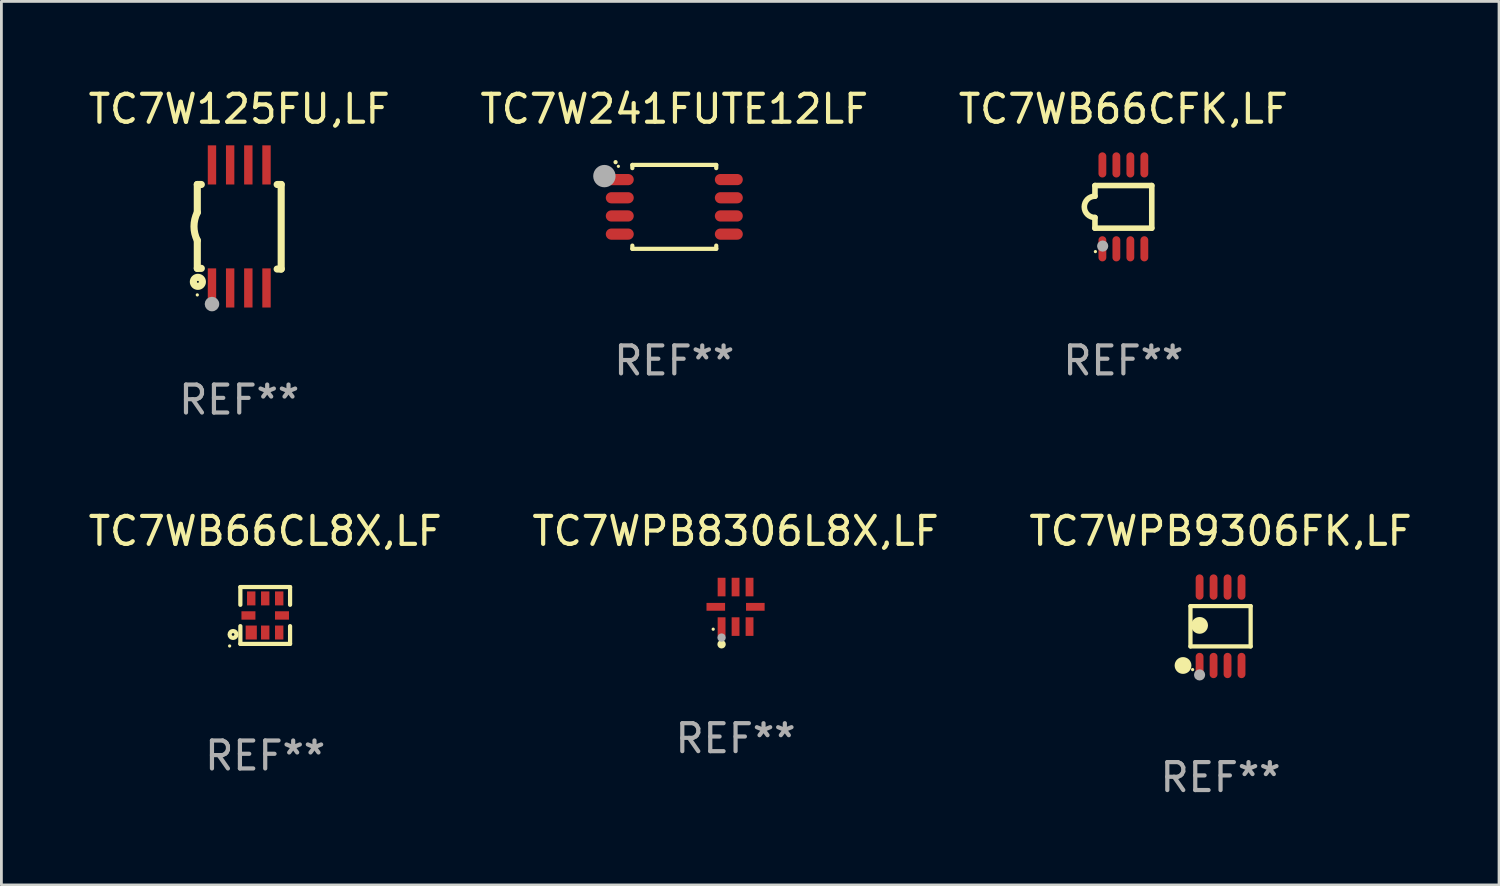
<source format=kicad_pcb>
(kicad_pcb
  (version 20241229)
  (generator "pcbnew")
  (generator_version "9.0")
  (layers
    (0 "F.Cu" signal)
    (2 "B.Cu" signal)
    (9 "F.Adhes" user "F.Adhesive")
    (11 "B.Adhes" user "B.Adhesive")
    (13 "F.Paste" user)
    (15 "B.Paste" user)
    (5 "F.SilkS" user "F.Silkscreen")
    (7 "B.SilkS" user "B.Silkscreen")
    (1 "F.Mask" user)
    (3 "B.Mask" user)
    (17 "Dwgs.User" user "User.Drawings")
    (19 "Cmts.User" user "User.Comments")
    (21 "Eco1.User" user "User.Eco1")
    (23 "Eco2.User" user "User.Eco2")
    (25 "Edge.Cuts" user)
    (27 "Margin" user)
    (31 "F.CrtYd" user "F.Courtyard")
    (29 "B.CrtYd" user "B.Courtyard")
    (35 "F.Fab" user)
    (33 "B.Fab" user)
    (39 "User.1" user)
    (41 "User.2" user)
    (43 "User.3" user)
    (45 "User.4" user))
  (footprint "TC7WB66CFK,LF"
    (layer "F.Cu")
    (at 37.125 4.348)
    (property "Reference" "TC7WB66CFK,LF" (at 0 -3.5 0) (layer "F.SilkS") (effects (font (size 1 1) (thickness 0.15))))
    (attr through_hole)
    (fp_line (start -1.016 -0.762) (end 1.016 -0.762) (stroke (width 0.2) (type solid)) (layer "F.SilkS"))
    (fp_line (start -1.016 -0.381) (end -1.016 -0.762) (stroke (width 0.2) (type solid)) (layer "F.SilkS"))
    (fp_line (start -1.016 0.762) (end -1.016 0.381) (stroke (width 0.2) (type solid)) (layer "F.SilkS"))
    (fp_line (start 1.016 -0.762) (end 1.016 0.762) (stroke (width 0.2) (type solid)) (layer "F.SilkS"))
    (fp_line (start 1.016 0.762) (end -1.016 0.762) (stroke (width 0.2) (type solid)) (layer "F.SilkS"))
    (fp_arc (start -1.016002 0.381001) (mid -1.396698 -0.000025) (end -1.016002 -0.381051) (stroke (width 0.2) (type solid)) (layer "F.SilkS"))
    (fp_circle (center -1 1.6) (end -0.97 1.6) (stroke (width 0.06) (type solid)) (fill no) (layer "F.SilkS"))
    (fp_circle (center -0.74 1.402) (end -0.64 1.402) (stroke (width 0.2) (type solid)) (fill no) (layer "F.Fab"))
    (fp_text user "REF**" (at 0 5.5 0) (layer "F.Fab") (effects (font (size 1 1) (thickness 0.15))))
    (pad "1" smd oval (at -0.75 1.5) (size 0.28 0.9) (layers "F.Cu" "F.Mask" "F.Paste"))
    (pad "2" smd oval (at -0.25 1.5) (size 0.28 0.9) (layers "F.Cu" "F.Mask" "F.Paste"))
    (pad "3" smd oval (at 0.25 1.5) (size 0.28 0.9) (layers "F.Cu" "F.Mask" "F.Paste"))
    (pad "4" smd oval (at 0.75 1.5) (size 0.28 0.9) (layers "F.Cu" "F.Mask" "F.Paste"))
    (pad "5" smd oval (at 0.75 -1.5) (size 0.28 0.9) (layers "F.Cu" "F.Mask" "F.Paste"))
    (pad "6" smd oval (at 0.25 -1.5) (size 0.28 0.9) (layers "F.Cu" "F.Mask" "F.Paste"))
    (pad "7" smd oval (at -0.25 -1.5) (size 0.28 0.9) (layers "F.Cu" "F.Mask" "F.Paste"))
    (pad "8" smd oval (at -0.75 -1.5) (size 0.28 0.9) (layers "F.Cu" "F.Mask" "F.Paste")))
  (footprint "TC7WB66CL8X,LF"
    (layer "F.Cu")
    (at 6.435 18.961)
    (property "Reference" "TC7WB66CL8X,LF" (at 0 -3.016 0) (layer "F.SilkS") (effects (font (size 1 1) (thickness 0.15))))
    (attr through_hole)
    (fp_line (start -0.889 -1.016) (end 0.889 -1.016) (stroke (width 0.15) (type solid)) (layer "F.SilkS"))
    (fp_line (start -0.889 -0.381) (end -0.889 -1.016) (stroke (width 0.15) (type solid)) (layer "F.SilkS"))
    (fp_line (start -0.889 0.381) (end -0.889 1.016) (stroke (width 0.15) (type solid)) (layer "F.SilkS"))
    (fp_line (start -0.889 1.016) (end 0.889 1.016) (stroke (width 0.15) (type solid)) (layer "F.SilkS"))
    (fp_line (start 0.889 -1.016) (end 0.889 -0.381) (stroke (width 0.15) (type solid)) (layer "F.SilkS"))
    (fp_line (start 0.889 1.016) (end 0.889 0.381) (stroke (width 0.15) (type solid)) (layer "F.SilkS"))
    (fp_circle (center -1.273 1.091) (end -1.243 1.091) (stroke (width 0.06) (type solid)) (fill no) (layer "F.SilkS"))
    (fp_circle (center -1.15 0.68) (end -1.102 0.68) (stroke (width 0.15) (type solid)) (fill no) (layer "F.SilkS"))
    (fp_text user "REF**" (at 0 5.016 0) (layer "F.Fab") (effects (font (size 1 1) (thickness 0.15))))
    (pad "1" smd rect (at -0.5 0.61) (size 0.4 0.5) (layers "F.Cu" "F.Mask" "F.Paste"))
    (pad "2" smd rect (at 0.000127 0.61) (size 0.3 0.5) (layers "F.Cu" "F.Mask" "F.Paste"))
    (pad "3" smd rect (at 0.5 0.61) (size 0.3 0.5) (layers "F.Cu" "F.Mask" "F.Paste"))
    (pad "4" smd rect (at 0.6 -0.000102 90) (size 0.3 0.5) (layers "F.Cu" "F.Mask" "F.Paste"))
    (pad "5" smd rect (at 0.5 -0.61 180) (size 0.3 0.5) (layers "F.Cu" "F.Mask" "F.Paste"))
    (pad "6" smd rect (at 0.000127 -0.61 180) (size 0.3 0.5) (layers "F.Cu" "F.Mask" "F.Paste"))
    (pad "7" smd rect (at -0.5 -0.61 180) (size 0.3 0.5) (layers "F.Cu" "F.Mask" "F.Paste"))
    (pad "8" smd rect (at -0.6 0.000152 90) (size 0.3 0.5) (layers "F.Cu" "F.Mask" "F.Paste")))
  (footprint "TC7WPB9306FK,LF"
    (layer "F.Cu")
    (at 40.601 19.347)
    (property "Reference" "TC7WPB9306FK,LF" (at 0 -3.403 0) (layer "F.SilkS") (effects (font (size 1 1) (thickness 0.15))))
    (attr through_hole)
    (fp_line (start -1.076 -0.721) (end 1.076 -0.721) (stroke (width 0.152) (type solid)) (layer "F.SilkS"))
    (fp_line (start -1.076 0.721) (end -1.076 -0.721) (stroke (width 0.152) (type solid)) (layer "F.SilkS"))
    (fp_line (start 1.076 -0.721) (end 1.076 0.721) (stroke (width 0.152) (type solid)) (layer "F.SilkS"))
    (fp_line (start 1.076 0.721) (end -1.076 0.721) (stroke (width 0.152) (type solid)) (layer "F.SilkS"))
    (fp_circle (center -1.342 1.403) (end -1.192 1.403) (stroke (width 0.3) (type solid)) (fill no) (layer "F.SilkS"))
    (fp_circle (center -1 1.55) (end -0.97 1.55) (stroke (width 0.06) (type solid)) (fill no) (layer "F.SilkS"))
    (fp_circle (center -0.75 -0.031) (end -0.6 -0.031) (stroke (width 0.3) (type solid)) (fill no) (layer "F.SilkS"))
    (fp_circle (center -0.75 1.74) (end -0.65 1.74) (stroke (width 0.2) (type solid)) (fill no) (layer "F.Fab"))
    (fp_text user "REF**" (at 0 5.403 0) (layer "F.Fab") (effects (font (size 1 1) (thickness 0.15))))
    (pad "1" smd oval (at -0.75 1.403) (size 0.28 0.905) (layers "F.Cu" "F.Mask" "F.Paste"))
    (pad "2" smd oval (at -0.25 1.403) (size 0.28 0.905) (layers "F.Cu" "F.Mask" "F.Paste"))
    (pad "3" smd oval (at 0.25 1.403) (size 0.28 0.905) (layers "F.Cu" "F.Mask" "F.Paste"))
    (pad "4" smd oval (at 0.75 1.403) (size 0.28 0.905) (layers "F.Cu" "F.Mask" "F.Paste"))
    (pad "5" smd oval (at 0.75 -1.403) (size 0.28 0.905) (layers "F.Cu" "F.Mask" "F.Paste"))
    (pad "6" smd oval (at 0.25 -1.403) (size 0.28 0.905) (layers "F.Cu" "F.Mask" "F.Paste"))
    (pad "7" smd oval (at -0.25 -1.403) (size 0.28 0.905) (layers "F.Cu" "F.Mask" "F.Paste"))
    (pad "8" smd oval (at -0.75 -1.403) (size 0.28 0.905) (layers "F.Cu" "F.Mask" "F.Paste")))
  (footprint "TC7WPB8306L8X,LF"
    (layer "F.Cu")
    (at 23.256 18.652)
    (property "Reference" "TC7WPB8306L8X,LF" (at 0 -2.707 0) (layer "F.SilkS") (effects (font (size 1 1) (thickness 0.15))))
    (attr through_hole)
    (fp_circle (center -0.8 0.8) (end -0.77 0.8) (stroke (width 0.06) (type solid)) (fill no) (layer "F.SilkS"))
    (fp_circle (center -0.5 1.34) (end -0.425 1.34) (stroke (width 0.15) (type solid)) (fill no) (layer "F.SilkS"))
    (fp_circle (center -0.5 1.1) (end -0.425 1.1) (stroke (width 0.15) (type solid)) (fill no) (layer "F.Fab"))
    (fp_text user "REF**" (at 0 4.707 0) (layer "F.Fab") (effects (font (size 1 1) (thickness 0.15))))
    (pad "1" smd rect (at -0.5 0.707) (size 0.28 0.665) (layers "F.Cu" "F.Mask" "F.Paste"))
    (pad "2" smd rect (at 0 0.707) (size 0.28 0.665) (layers "F.Cu" "F.Mask" "F.Paste"))
    (pad "3" smd rect (at 0.5 0.707) (size 0.28 0.665) (layers "F.Cu" "F.Mask" "F.Paste"))
    (pad "4" smd rect (at 0.707 0) (size 0.665 0.28) (layers "F.Cu" "F.Mask" "F.Paste"))
    (pad "5" smd rect (at 0.5 -0.707) (size 0.28 0.665) (layers "F.Cu" "F.Mask" "F.Paste"))
    (pad "6" smd rect (at 0 -0.707) (size 0.28 0.665) (layers "F.Cu" "F.Mask" "F.Paste"))
    (pad "7" smd rect (at -0.5 -0.707) (size 0.28 0.665) (layers "F.Cu" "F.Mask" "F.Paste"))
    (pad "8" smd rect (at -0.707 0) (size 0.665 0.28) (layers "F.Cu" "F.Mask" "F.Paste")))
  (footprint "TC7W241FUTE12LF"
    (layer "F.Cu")
    (at 21.065 4.348)
    (property "Reference" "TC7W241FUTE12LF" (at 0 -3.5 0) (layer "F.SilkS") (effects (font (size 1 1) (thickness 0.15))))
    (attr through_hole)
    (fp_line (start -1.5 -1.5) (end 1.5 -1.5) (stroke (width 0.15) (type solid)) (layer "F.SilkS"))
    (fp_line (start -1.5 -1.385) (end -1.5 -1.5) (stroke (width 0.15) (type solid)) (layer "F.SilkS"))
    (fp_line (start -1.5 1.5) (end -1.5 1.385) (stroke (width 0.15) (type solid)) (layer "F.SilkS"))
    (fp_line (start 1.5 -1.5) (end 1.5 -1.385) (stroke (width 0.15) (type solid)) (layer "F.SilkS"))
    (fp_line (start 1.5 1.385) (end 1.5 1.5) (stroke (width 0.15) (type solid)) (layer "F.SilkS"))
    (fp_line (start 1.5 1.5) (end -1.5 1.5) (stroke (width 0.15) (type solid)) (layer "F.SilkS"))
    (fp_arc (start -2.099873 -1.59746) (mid -2.099879 -1.59873) (end -2.099873 -1.6) (stroke (width 0.150013) (type solid)) (layer "F.SilkS"))
    (fp_circle (center -2 -1.45) (end -1.97 -1.45) (stroke (width 0.06) (type solid)) (fill no) (layer "F.SilkS"))
    (fp_circle (center -2.5 -1.1) (end -2.3 -1.1) (stroke (width 0.4) (type solid)) (fill no) (layer "F.Fab"))
    (fp_text user "REF**" (at 0 5.5 0) (layer "F.Fab") (effects (font (size 1 1) (thickness 0.15))))
    (pad "1" smd oval (at -1.95 -0.975) (size 1 0.4) (layers "F.Cu" "F.Mask" "F.Paste"))
    (pad "2" smd oval (at -1.95 -0.325) (size 1 0.4) (layers "F.Cu" "F.Mask" "F.Paste"))
    (pad "3" smd oval (at -1.95 0.325) (size 1 0.4) (layers "F.Cu" "F.Mask" "F.Paste"))
    (pad "4" smd oval (at -1.95 0.975) (size 1 0.4) (layers "F.Cu" "F.Mask" "F.Paste"))
    (pad "5" smd oval (at 1.95 0.975) (size 1 0.4) (layers "F.Cu" "F.Mask" "F.Paste"))
    (pad "6" smd oval (at 1.95 0.325) (size 1 0.4) (layers "F.Cu" "F.Mask" "F.Paste"))
    (pad "7" smd oval (at 1.95 -0.325) (size 1 0.4) (layers "F.Cu" "F.Mask" "F.Paste"))
    (pad "8" smd oval (at 1.95 -0.976) (size 1 0.4) (layers "F.Cu" "F.Mask" "F.Paste")))
  (footprint "TC7W125FU,LF"
    (layer "F.Cu")
    (at 5.506 5.048)
    (property "Reference" "TC7W125FU,LF" (at 0 -4.2 0) (layer "F.SilkS") (effects (font (size 1 1) (thickness 0.15))))
    (attr through_hole)
    (fp_line (start -1.5 -1.5) (end -1.5 -0.5) (stroke (width 0.254) (type solid)) (layer "F.SilkS"))
    (fp_line (start -1.5 -1.5) (end -1.356 -1.5) (stroke (width 0.254) (type solid)) (layer "F.SilkS"))
    (fp_line (start -1.5 1.5) (end -1.5 0.5) (stroke (width 0.254) (type solid)) (layer "F.SilkS"))
    (fp_line (start -1.5 1.5) (end -1.356 1.5) (stroke (width 0.254) (type solid)) (layer "F.SilkS"))
    (fp_line (start 1.356 -1.5) (end 1.5 -1.5) (stroke (width 0.254) (type solid)) (layer "F.SilkS"))
    (fp_line (start 1.5 -1.5) (end 1.5 1.524) (stroke (width 0.254) (type solid)) (layer "F.SilkS"))
    (fp_line (start 1.5 1.524) (end 1.356 1.524) (stroke (width 0.254) (type solid)) (layer "F.SilkS"))
    (fp_arc (start -1.500203 0.499137) (mid -1.618067 -0.000468) (end -1.5 -0.500025) (stroke (width 0.254001) (type solid)) (layer "F.SilkS"))
    (fp_circle (center -1.5 2.449) (end -1.47 2.449) (stroke (width 0.06) (type solid)) (fill no) (layer "F.SilkS"))
    (fp_circle (center -1.479 1.981) (end -1.444 1.981) (stroke (width 0.254) (type solid)) (fill no) (layer "F.SilkS"))
    (fp_circle (center -0.975 2.776) (end -0.845 2.776) (stroke (width 0.26) (type solid)) (fill no) (layer "F.Fab"))
    (fp_text user "REF**" (at 0 6.2 0) (layer "F.Fab") (effects (font (size 1 1) (thickness 0.15))))
    (pad "1" smd rect (at -0.975 2.2) (size 0.3 1.4) (layers "F.Cu" "F.Mask" "F.Paste"))
    (pad "2" smd rect (at -0.325 2.2) (size 0.3 1.4) (layers "F.Cu" "F.Mask" "F.Paste"))
    (pad "3" smd rect (at 0.325 2.2) (size 0.3 1.4) (layers "F.Cu" "F.Mask" "F.Paste"))
    (pad "4" smd rect (at 0.975 2.2) (size 0.3 1.4) (layers "F.Cu" "F.Mask" "F.Paste"))
    (pad "5" smd rect (at 0.975 -2.2) (size 0.3 1.4) (layers "F.Cu" "F.Mask" "F.Paste"))
    (pad "6" smd rect (at 0.325 -2.2) (size 0.3 1.4) (layers "F.Cu" "F.Mask" "F.Paste"))
    (pad "7" smd rect (at -0.325 -2.2) (size 0.3 1.4) (layers "F.Cu" "F.Mask" "F.Paste"))
    (pad "8" smd rect (at -0.975 -2.2) (size 0.3 1.4) (layers "F.Cu" "F.Mask" "F.Paste")))
  (gr_rect
    (start -3 -3)
    (end 50.56 28.598)
    (stroke (width 0.1) (type default))
    (fill no)
    (layer "Edge.Cuts")))
</source>
